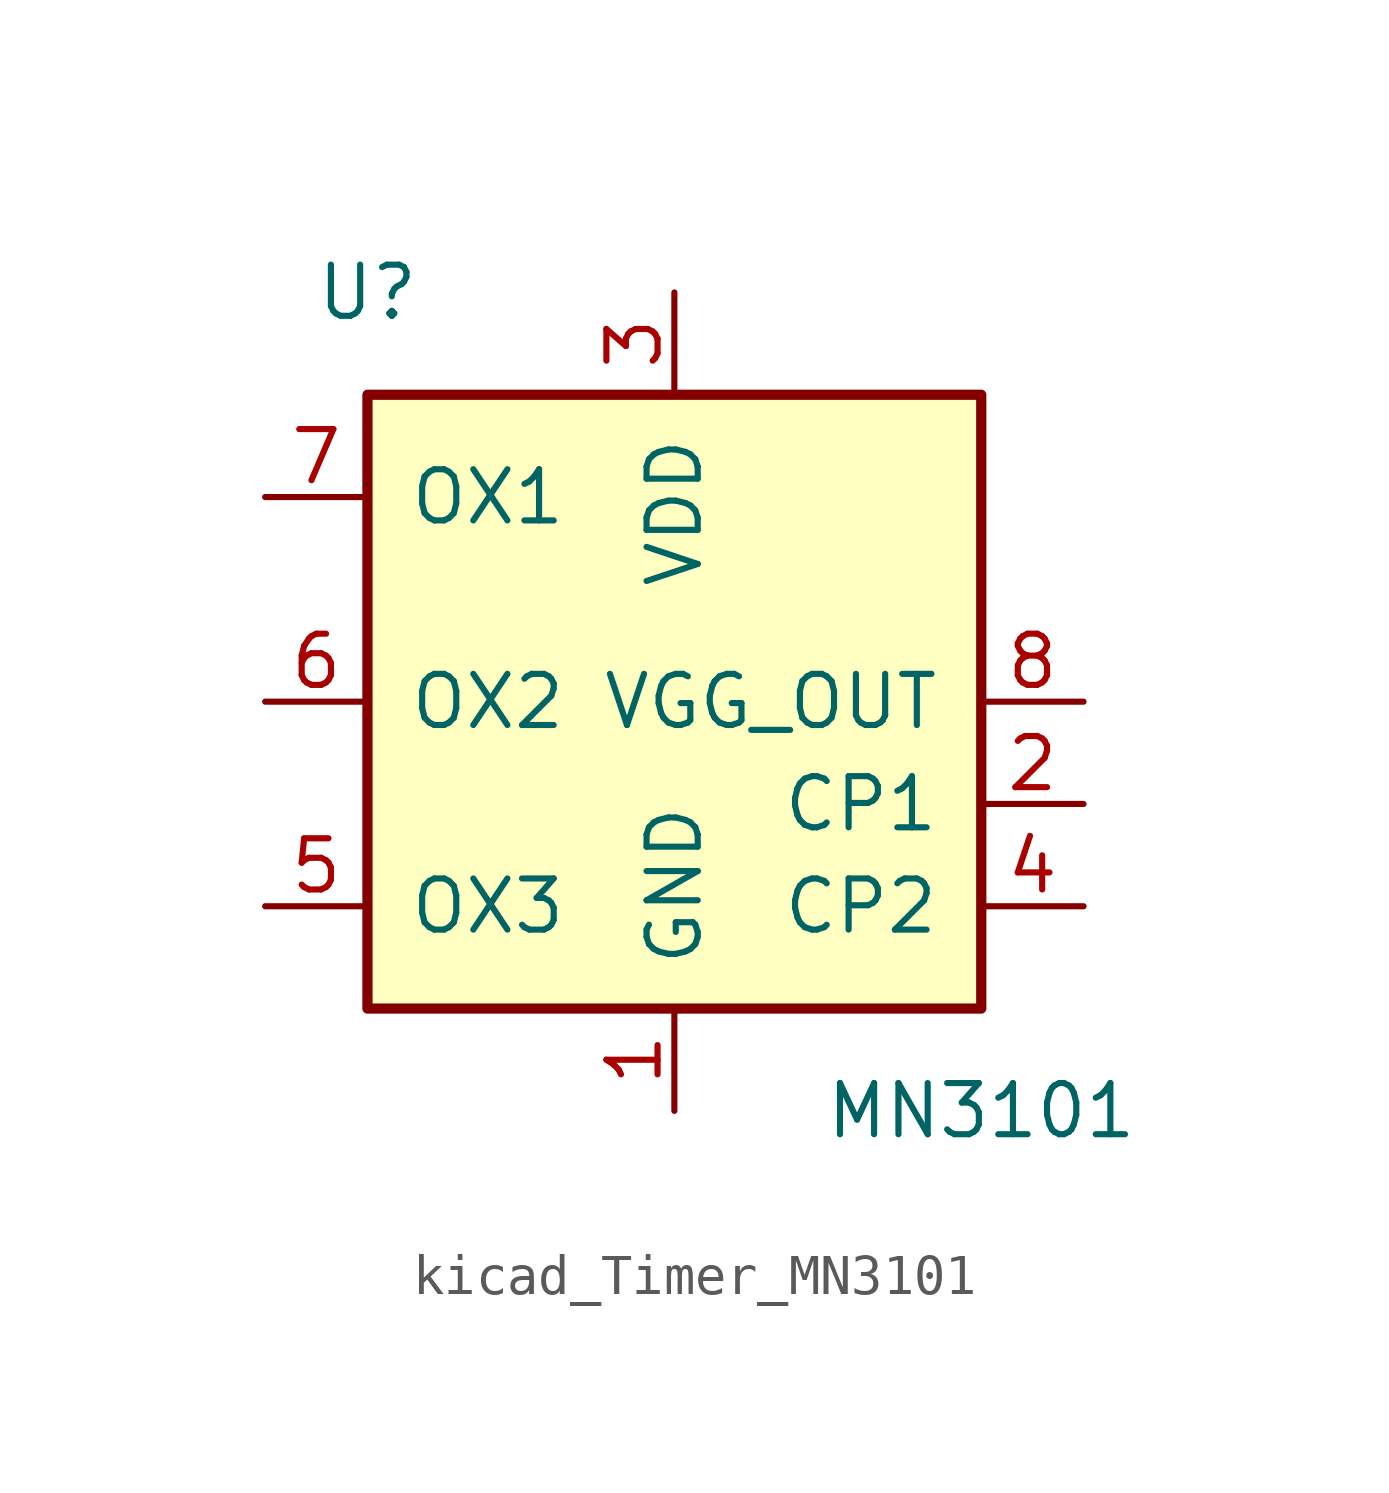
<source format=kicad_sym>
(kicad_symbol_lib
  (version 20220914)
  (generator kicad_symbol_editor)
  (symbol "kicad_Timer_MN3101"
    (pin_names
      (offset 1.016))
    (property "Reference" "U"
      (at -7.62 10.16 0)
      (effects (font (size 1.27 1.27))))
    (property "Value" "MN3101"
      (at 7.62 -10.16 0)
      (effects (font (size 1.27 1.27))))
    (symbol "kicad_Timer_MN3101_0_1"
      (rectangle (start -7.62 7.62) (end 7.62 -7.62) (stroke (width 0.254) (type default)) (fill (type background))))
    (symbol "kicad_Timer_MN3101_1_1"
      (pin power_in line (at 0 -10.16 90) (length 2.54) (name "GND" (effects (font (size 1.27 1.27)))) (number "1" (effects (font (size 1.27 1.27)))))
      (pin output line (at 10.16 -2.54 180) (length 2.54) (name "CP1" (effects (font (size 1.27 1.27)))) (number "2" (effects (font (size 1.27 1.27)))))
      (pin power_in line (at 0 10.16 270) (length 2.54) (name "VDD" (effects (font (size 1.27 1.27)))) (number "3" (effects (font (size 1.27 1.27)))))
      (pin output line (at 10.16 -5.08 180) (length 2.54) (name "CP2" (effects (font (size 1.27 1.27)))) (number "4" (effects (font (size 1.27 1.27)))))
      (pin input line (at -10.16 -5.08 0) (length 2.54) (name "OX3" (effects (font (size 1.27 1.27)))) (number "5" (effects (font (size 1.27 1.27)))))
      (pin input line (at -10.16 0 0) (length 2.54) (name "OX2" (effects (font (size 1.27 1.27)))) (number "6" (effects (font (size 1.27 1.27)))))
      (pin input line (at -10.16 5.08 0) (length 2.54) (name "OX1" (effects (font (size 1.27 1.27)))) (number "7" (effects (font (size 1.27 1.27)))))
      (pin power_out line (at 10.16 0 180) (length 2.54) (name "VGG_OUT" (effects (font (size 1.27 1.27)))) (number "8" (effects (font (size 1.27 1.27))))))))
</source>
